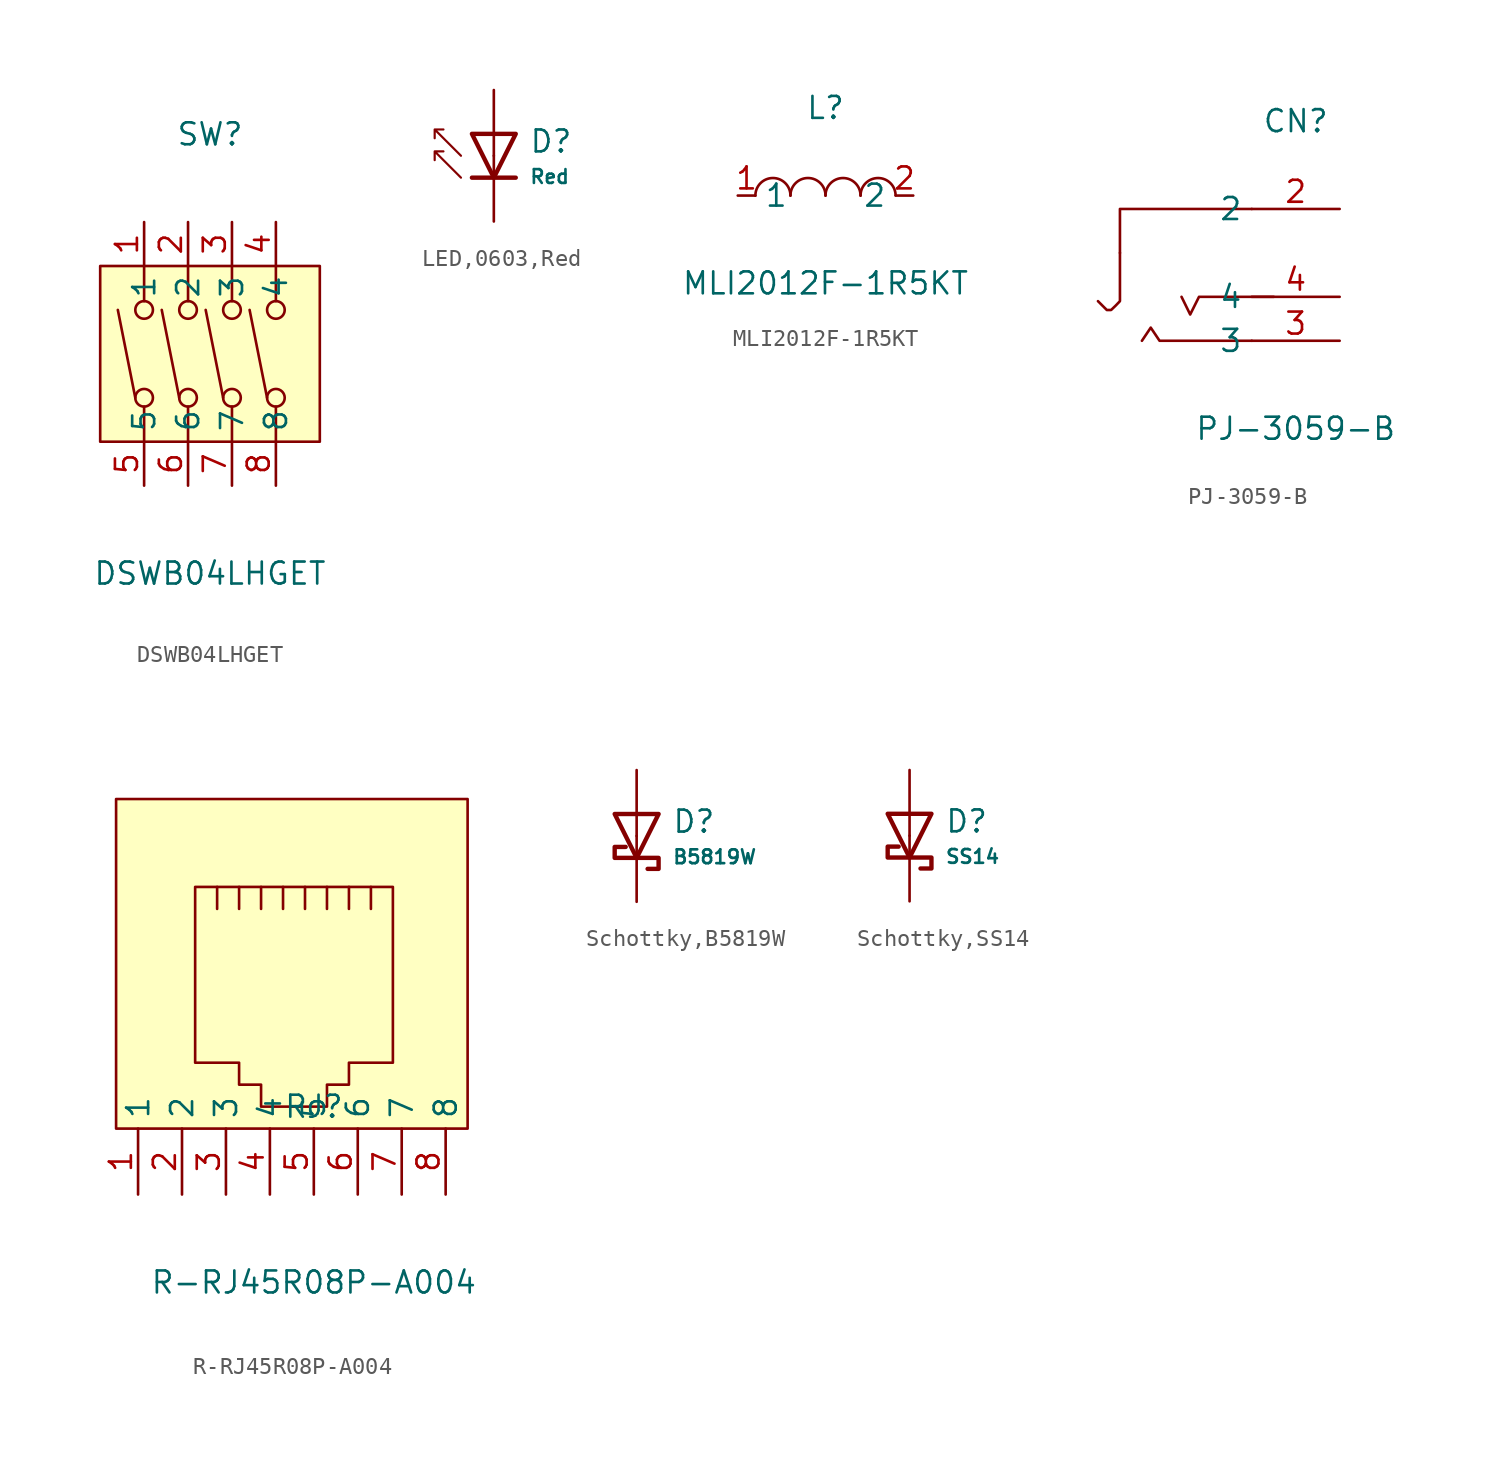
<source format=kicad_sym>
(kicad_symbol_lib
  (version 20241209)
  (generator "kicad_symbol_editor")
  (generator_version "9.0")
  (symbol "DSWB04LHGET"
    (property "Reference" "SW"
      (at 0 12.7 0)
      (effects (font (size 1.27 1.27))))
    (property "Value" "DSWB04LHGET"
      (at 0 -12.7 0)
      (effects (font (size 1.27 1.27))))
    (symbol "DSWB04LHGET_0_1"
      (rectangle (start -6.35 5.08) (end 6.35 -5.08) (stroke (width 0) (type default)) (fill (type background)))
      (polyline (pts (xy -4.32 -2.54) (xy -5.33 2.54)) (stroke (width 0) (type default)) (fill (type none)))
      (polyline (pts (xy -3.81 3.05) (xy -3.81 5.08)) (stroke (width 0) (type default)) (fill (type none)))
      (circle (center -3.81 2.54) (radius 0.51) (stroke (width 0) (type default)) (fill (type none)))
      (circle (center -3.81 -2.54) (radius 0.51) (stroke (width 0) (type default)) (fill (type none)))
      (polyline (pts (xy -3.81 -3.05) (xy -3.81 -5.08)) (stroke (width 0) (type default)) (fill (type none)))
      (polyline (pts (xy -1.78 -2.54) (xy -2.79 2.54)) (stroke (width 0) (type default)) (fill (type none)))
      (polyline (pts (xy -1.27 3.05) (xy -1.27 5.08)) (stroke (width 0) (type default)) (fill (type none)))
      (circle (center -1.27 2.54) (radius 0.51) (stroke (width 0) (type default)) (fill (type none)))
      (circle (center -1.27 -2.54) (radius 0.51) (stroke (width 0) (type default)) (fill (type none)))
      (polyline (pts (xy -1.27 -3.05) (xy -1.27 -5.08)) (stroke (width 0) (type default)) (fill (type none)))
      (polyline (pts (xy 0.76 -2.54) (xy -0.25 2.54)) (stroke (width 0) (type default)) (fill (type none)))
      (polyline (pts (xy 1.27 3.05) (xy 1.27 5.08)) (stroke (width 0) (type default)) (fill (type none)))
      (circle (center 1.27 2.54) (radius 0.51) (stroke (width 0) (type default)) (fill (type none)))
      (circle (center 1.27 -2.54) (radius 0.51) (stroke (width 0) (type default)) (fill (type none)))
      (polyline (pts (xy 1.27 -3.05) (xy 1.27 -5.08)) (stroke (width 0) (type default)) (fill (type none)))
      (polyline (pts (xy 3.3 -2.54) (xy 2.29 2.54)) (stroke (width 0) (type default)) (fill (type none)))
      (polyline (pts (xy 3.81 3.05) (xy 3.81 5.08)) (stroke (width 0) (type default)) (fill (type none)))
      (circle (center 3.81 2.54) (radius 0.51) (stroke (width 0) (type default)) (fill (type none)))
      (circle (center 3.81 -2.54) (radius 0.51) (stroke (width 0) (type default)) (fill (type none)))
      (polyline (pts (xy 3.81 -3.05) (xy 3.81 -5.08)) (stroke (width 0) (type default)) (fill (type none)))
      (pin unspecified line (at -3.81 7.62 270) (length 2.54) (name "1" (effects (font (size 1.27 1.27)))) (number "1" (effects (font (size 1.27 1.27)))))
      (pin unspecified line (at -3.81 -7.62 90) (length 2.54) (name "5" (effects (font (size 1.27 1.27)))) (number "5" (effects (font (size 1.27 1.27)))))
      (pin unspecified line (at -1.27 7.62 270) (length 2.54) (name "2" (effects (font (size 1.27 1.27)))) (number "2" (effects (font (size 1.27 1.27)))))
      (pin unspecified line (at -1.27 -7.62 90) (length 2.54) (name "6" (effects (font (size 1.27 1.27)))) (number "6" (effects (font (size 1.27 1.27)))))
      (pin unspecified line (at 1.27 7.62 270) (length 2.54) (name "3" (effects (font (size 1.27 1.27)))) (number "3" (effects (font (size 1.27 1.27)))))
      (pin unspecified line (at 1.27 -7.62 90) (length 2.54) (name "7" (effects (font (size 1.27 1.27)))) (number "7" (effects (font (size 1.27 1.27)))))
      (pin unspecified line (at 3.81 7.62 270) (length 2.54) (name "4" (effects (font (size 1.27 1.27)))) (number "4" (effects (font (size 1.27 1.27)))))
      (pin unspecified line (at 3.81 -7.62 90) (length 2.54) (name "8" (effects (font (size 1.27 1.27)))) (number "8" (effects (font (size 1.27 1.27)))))))
  (symbol "LED,0603,Red"
    (pin_numbers
      (hide yes))
    (pin_names
      (offset 0))
    (property "Reference" "D"
      (at 2.032 0.834 0)
      (effects (font (size 1.27 1.27)) (justify left)))
    (property "Value" "Red"
      (at 2.032 -1.212 0)
      (effects (font (size 0.8 0.8)) (justify left)))
    (symbol "LED,0603,Red_0_1"
      (polyline (pts (xy -1.905 0) (xy -3.429 1.524) (xy -3.429 1.016) (xy -3.429 1.524) (xy -2.921 1.524)) (stroke (width 0.127) (type default)) (fill (type none)))
      (polyline (pts (xy -1.905 -1.27) (xy -3.429 0.254) (xy -3.429 -0.254) (xy -3.429 0.254) (xy -2.921 0.254)) (stroke (width 0.127) (type default)) (fill (type none)))
      (polyline (pts (xy -1.27 1.27) (xy 0 -1.27) (xy 1.27 1.27) (xy -1.27 1.27)) (stroke (width 0.254) (type default)) (fill (type none)))
      (polyline (pts (xy -1.27 -1.27) (xy 1.27 -1.27)) (stroke (width 0.254) (type default)) (fill (type none))))
    (symbol "LED,0603,Red_1_1"
      (pin passive line (at 0 3.81 270) (length 3.81) (name "~" (effects (font (size 1.27 1.27)))) (number "2" (effects (font (size 1.27 1.27)))))
      (pin passive line (at 0 -3.81 90) (length 3.81) (name "~" (effects (font (size 1.27 1.27)))) (number "1" (effects (font (size 1.27 1.27)))))))
  (symbol "MLI2012F-1R5KT"
    (property "Reference" "L"
      (at 0 5.08 0)
      (effects (font (size 1.27 1.27))))
    (property "Value" "MLI2012F-1R5KT"
      (at 0 -5.08 0)
      (effects (font (size 1.27 1.27))))
    (symbol "MLI2012F-1R5KT_0_1"
      (arc (start -4.06 -0.01) (mid -2.83 0.99) (end -2.03 0.01) (stroke (width 0) (type default)) (fill (type none)))
      (arc (start -2.03 -0.01) (mid -0.8 0.99) (end 0 0.01) (stroke (width 0) (type default)) (fill (type none)))
      (arc (start 0 -0.01) (mid 1.23 0.99) (end 2.03 0.01) (stroke (width 0) (type default)) (fill (type none)))
      (arc (start 2.03 -0.01) (mid 3.26 0.99) (end 4.06 0.01) (stroke (width 0) (type default)) (fill (type none)))
      (pin unspecified line (at -5.08 0 0) (length 1.016) (name "1" (effects (font (size 1.27 1.27)))) (number "1" (effects (font (size 1.27 1.27)))))
      (pin unspecified line (at 5.08 0 180) (length 1.016) (name "2" (effects (font (size 1.27 1.27)))) (number "2" (effects (font (size 1.27 1.27)))))))
  (symbol "PJ-3059-B"
    (property "Reference" "CN"
      (at 0 7.62 0)
      (effects (font (size 1.27 1.27))))
    (property "Value" "PJ-3059-B"
      (at 0 -10.16 0)
      (effects (font (size 1.27 1.27))))
    (symbol "PJ-3059-B_0_1"
      (polyline (pts (xy -10.16 0) (xy -10.16 -2.79) (xy -10.41 -3.05) (xy -10.67 -3.3) (xy -10.92 -3.3) (xy -11.43 -2.79)) (stroke (width 0) (type default)) (fill (type none)))
      (polyline (pts (xy -2.54 2.54) (xy -10.16 2.54) (xy -10.16 0)) (stroke (width 0) (type default)) (fill (type none)))
      (polyline (pts (xy -2.54 -5.08) (xy -7.87 -5.08) (xy -8.38 -4.32) (xy -8.89 -5.08)) (stroke (width 0) (type default)) (fill (type none)))
      (polyline (pts (xy -1.27 -2.54) (xy -2.54 -2.54) (xy -5.59 -2.54) (xy -6.1 -3.56) (xy -6.6 -2.54)) (stroke (width 0) (type default)) (fill (type none)))
      (pin unspecified line (at 2.54 2.54 180) (length 5.08) (name "2" (effects (font (size 1.27 1.27)))) (number "2" (effects (font (size 1.27 1.27)))))
      (pin unspecified line (at 2.54 -2.54 180) (length 5.08) (name "4" (effects (font (size 1.27 1.27)))) (number "4" (effects (font (size 1.27 1.27)))))
      (pin unspecified line (at 2.54 -5.08 180) (length 5.08) (name "3" (effects (font (size 1.27 1.27)))) (number "3" (effects (font (size 1.27 1.27)))))))
  (symbol "R-RJ45R08P-A004"
    (property "Reference" "RJ"
      (at 0 -7.62 0)
      (effects (font (size 1.27 1.27))))
    (property "Value" "R-RJ45R08P-A004"
      (at 0 -17.78 0)
      (effects (font (size 1.27 1.27))))
    (symbol "R-RJ45R08P-A004_0_1"
      (rectangle (start -11.43 10.16) (end 8.89 -8.89) (stroke (width 0) (type default)) (fill (type background)))
      (polyline (pts (xy -6.86 5.08) (xy 4.57 5.08) (xy 4.57 -5.08) (xy 2.03 -5.08) (xy 2.03 -6.35) (xy 0.76 -6.35) (xy 0.76 -7.62) (xy -3.05 -7.62) (xy -3.05 -6.35) (xy -4.32 -6.35) (xy -4.32 -5.08) (xy -6.86 -5.08) (xy -6.86 5.08) (xy -6.86 5.08)) (stroke (width 0) (type default)) (fill (type background)))
      (polyline (pts (xy -5.59 3.81) (xy -5.59 5.08) (xy -5.59 5.08)) (stroke (width 0) (type default)) (fill (type none)))
      (polyline (pts (xy -4.32 5.08) (xy -4.32 3.81) (xy -4.32 3.81)) (stroke (width 0) (type default)) (fill (type none)))
      (polyline (pts (xy -3.05 5.08) (xy -3.05 3.81) (xy -3.05 3.81)) (stroke (width 0) (type default)) (fill (type none)))
      (polyline (pts (xy -1.78 5.08) (xy -1.78 3.81) (xy -1.78 3.81)) (stroke (width 0) (type default)) (fill (type none)))
      (polyline (pts (xy -0.51 5.08) (xy -0.51 3.81) (xy -0.51 3.81)) (stroke (width 0) (type default)) (fill (type none)))
      (polyline (pts (xy 0.76 5.08) (xy 0.76 3.81) (xy 0.76 3.81)) (stroke (width 0) (type default)) (fill (type none)))
      (polyline (pts (xy 2.03 3.81) (xy 2.03 5.08) (xy 2.03 5.08)) (stroke (width 0) (type default)) (fill (type none)))
      (polyline (pts (xy 3.3 3.81) (xy 3.3 5.08) (xy 3.3 5.08)) (stroke (width 0) (type default)) (fill (type none)))
      (pin unspecified line (at -10.16 -12.7 90) (length 3.81) (name "1" (effects (font (size 1.27 1.27)))) (number "1" (effects (font (size 1.27 1.27)))))
      (pin unspecified line (at -7.62 -12.7 90) (length 3.81) (name "2" (effects (font (size 1.27 1.27)))) (number "2" (effects (font (size 1.27 1.27)))))
      (pin unspecified line (at -5.08 -12.7 90) (length 3.81) (name "3" (effects (font (size 1.27 1.27)))) (number "3" (effects (font (size 1.27 1.27)))))
      (pin unspecified line (at -2.54 -12.7 90) (length 3.81) (name "4" (effects (font (size 1.27 1.27)))) (number "4" (effects (font (size 1.27 1.27)))))
      (pin unspecified line (at 0 -12.7 90) (length 3.81) (name "5" (effects (font (size 1.27 1.27)))) (number "5" (effects (font (size 1.27 1.27)))))
      (pin unspecified line (at 2.54 -12.7 90) (length 3.81) (name "6" (effects (font (size 1.27 1.27)))) (number "6" (effects (font (size 1.27 1.27)))))
      (pin unspecified line (at 5.08 -12.7 90) (length 3.81) (name "7" (effects (font (size 1.27 1.27)))) (number "7" (effects (font (size 1.27 1.27)))))
      (pin unspecified line (at 7.62 -12.7 90) (length 3.81) (name "8" (effects (font (size 1.27 1.27)))) (number "8" (effects (font (size 1.27 1.27)))))))
  (symbol "Schottky,B5819W"
    (pin_numbers
      (hide yes))
    (pin_names
      (offset 0))
    (property "Reference" "D"
      (at 2.032 0.834 0)
      (effects (font (size 1.27 1.27)) (justify left)))
    (property "Value" "B5819W"
      (at 2.032 -1.212 0)
      (effects (font (size 0.8 0.8)) (justify left)))
    (symbol "Schottky,B5819W_0_1"
      (polyline (pts (xy -1.27 1.27) (xy 0 -1.27) (xy 1.27 1.27) (xy -1.27 1.27)) (stroke (width 0.254) (type default)) (fill (type none)))
      (polyline (pts (xy 0.635 -1.905) (xy 1.27 -1.905) (xy 1.27 -1.27) (xy -1.27 -1.27) (xy -1.27 -0.635) (xy -0.635 -0.635)) (stroke (width 0.254) (type default)) (fill (type none))))
    (symbol "Schottky,B5819W_1_1"
      (pin passive line (at 0 3.81 270) (length 3.81) (name "~" (effects (font (size 1.27 1.27)))) (number "2" (effects (font (size 1.27 1.27)))))
      (pin passive line (at 0 -3.81 90) (length 3.81) (name "~" (effects (font (size 1.27 1.27)))) (number "1" (effects (font (size 1.27 1.27)))))))
  (symbol "Schottky,SS14"
    (pin_numbers
      (hide yes))
    (pin_names
      (offset 0))
    (property "Reference" "D"
      (at 2.032 0.834 0)
      (effects (font (size 1.27 1.27)) (justify left)))
    (property "Value" "SS14"
      (at 2.032 -1.212 0)
      (effects (font (size 0.8 0.8)) (justify left)))
    (symbol "Schottky,SS14_0_1"
      (polyline (pts (xy -1.27 1.27) (xy 0 -1.27) (xy 1.27 1.27) (xy -1.27 1.27)) (stroke (width 0.254) (type default)) (fill (type none)))
      (polyline (pts (xy 0.635 -1.905) (xy 1.27 -1.905) (xy 1.27 -1.27) (xy -1.27 -1.27) (xy -1.27 -0.635) (xy -0.635 -0.635)) (stroke (width 0.254) (type default)) (fill (type none))))
    (symbol "Schottky,SS14_1_1"
      (pin passive line (at 0 3.81 270) (length 3.81) (name "~" (effects (font (size 1.27 1.27)))) (number "2" (effects (font (size 1.27 1.27)))))
      (pin passive line (at 0 -3.81 90) (length 3.81) (name "~" (effects (font (size 1.27 1.27)))) (number "1" (effects (font (size 1.27 1.27))))))))
</source>
